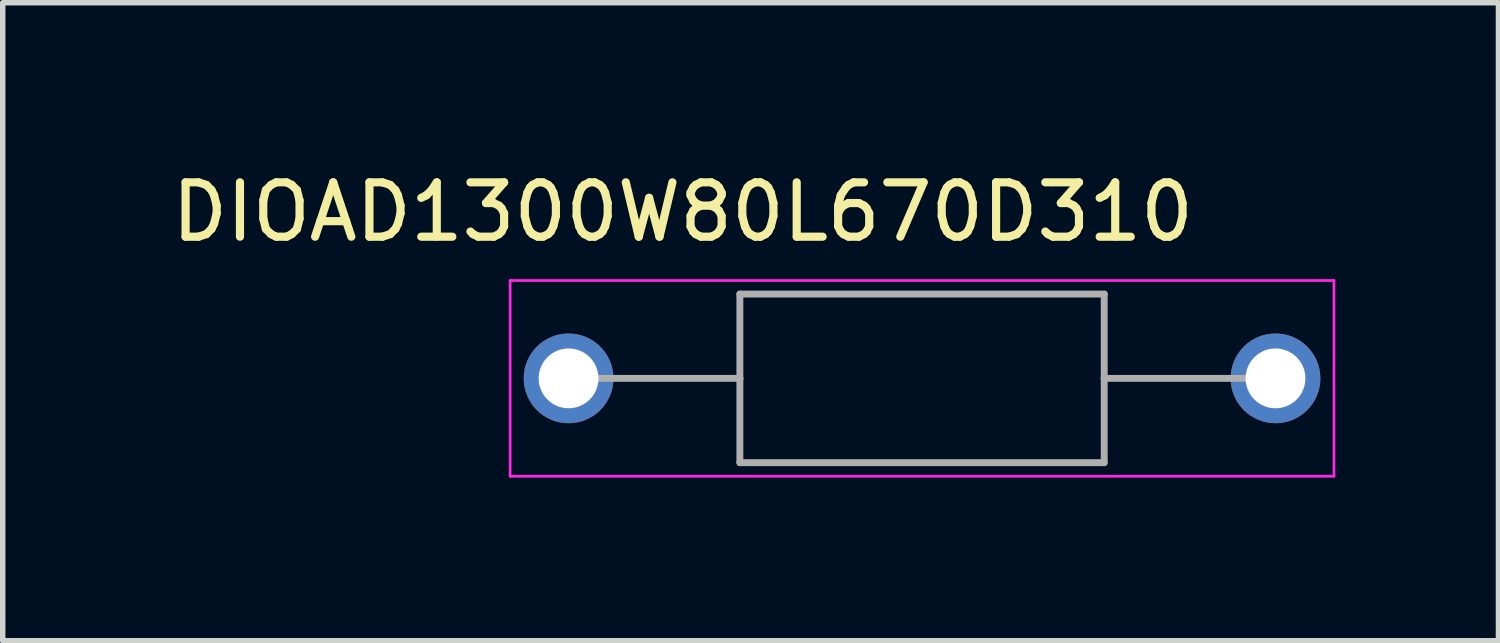
<source format=kicad_pcb>
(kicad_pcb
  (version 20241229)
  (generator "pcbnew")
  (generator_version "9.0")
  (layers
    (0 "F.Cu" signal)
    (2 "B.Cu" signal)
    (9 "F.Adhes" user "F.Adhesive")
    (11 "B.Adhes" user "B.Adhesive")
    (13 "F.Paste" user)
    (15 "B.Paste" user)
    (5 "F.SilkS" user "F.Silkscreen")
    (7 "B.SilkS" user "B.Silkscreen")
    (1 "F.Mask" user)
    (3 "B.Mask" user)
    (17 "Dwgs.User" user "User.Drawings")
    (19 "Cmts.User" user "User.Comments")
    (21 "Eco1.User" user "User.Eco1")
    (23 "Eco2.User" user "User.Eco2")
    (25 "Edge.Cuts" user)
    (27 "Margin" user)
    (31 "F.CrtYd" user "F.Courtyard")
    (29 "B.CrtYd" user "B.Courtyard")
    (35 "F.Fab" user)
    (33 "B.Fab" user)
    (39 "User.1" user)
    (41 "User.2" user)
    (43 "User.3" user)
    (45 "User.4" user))
  (footprint "DIOAD1300W80L670D310"
    (layer "F.Cu")
    (at 13.906 3.908)
    (property "Reference" "DIOAD1300W80L670D310" (at -4.4 -3.06 0) (layer "F.SilkS") (effects (font (size 1 1) (thickness 0.15))))
    (attr through_hole)
    (fp_line (start -7.575 -1.8) (end -7.575 1.8) (stroke (width 0.05) (type solid)) (layer "F.CrtYd"))
    (fp_line (start -7.575 1.8) (end 7.575 1.8) (stroke (width 0.05) (type solid)) (layer "F.CrtYd"))
    (fp_line (start 7.575 -1.8) (end -7.575 -1.8) (stroke (width 0.05) (type solid)) (layer "F.CrtYd"))
    (fp_line (start 7.575 1.8) (end 7.575 -1.8) (stroke (width 0.05) (type solid)) (layer "F.CrtYd"))
    (fp_line (start -3.35 -1.55) (end -3.35 0) (stroke (width 0.127) (type solid)) (layer "F.Fab"))
    (fp_line (start -3.35 0) (end -6.5 0) (stroke (width 0.127) (type solid)) (layer "F.Fab"))
    (fp_line (start -3.35 0) (end -3.35 1.55) (stroke (width 0.127) (type solid)) (layer "F.Fab"))
    (fp_line (start -3.35 1.55) (end 3.35 1.55) (stroke (width 0.127) (type solid)) (layer "F.Fab"))
    (fp_line (start 3.35 -1.55) (end -3.35 -1.55) (stroke (width 0.127) (type solid)) (layer "F.Fab"))
    (fp_line (start 3.35 0) (end 3.35 -1.55) (stroke (width 0.127) (type solid)) (layer "F.Fab"))
    (fp_line (start 3.35 0) (end 6.5 0) (stroke (width 0.127) (type solid)) (layer "F.Fab"))
    (fp_line (start 3.35 1.55) (end 3.35 0) (stroke (width 0.127) (type solid)) (layer "F.Fab"))
    (pad "1" thru_hole circle (at -6.5 0) (size 1.65 1.65) (drill 1.1) (layers "*.Cu" "*.Mask"))
    (pad "2" thru_hole circle (at 6.5 0) (size 1.65 1.65) (drill 1.1) (layers "*.Cu" "*.Mask")))
  (gr_rect
    (start -3 -3)
    (end 24.506 8.733)
    (stroke (width 0.1) (type default))
    (fill no)
    (layer "Edge.Cuts")))
</source>
